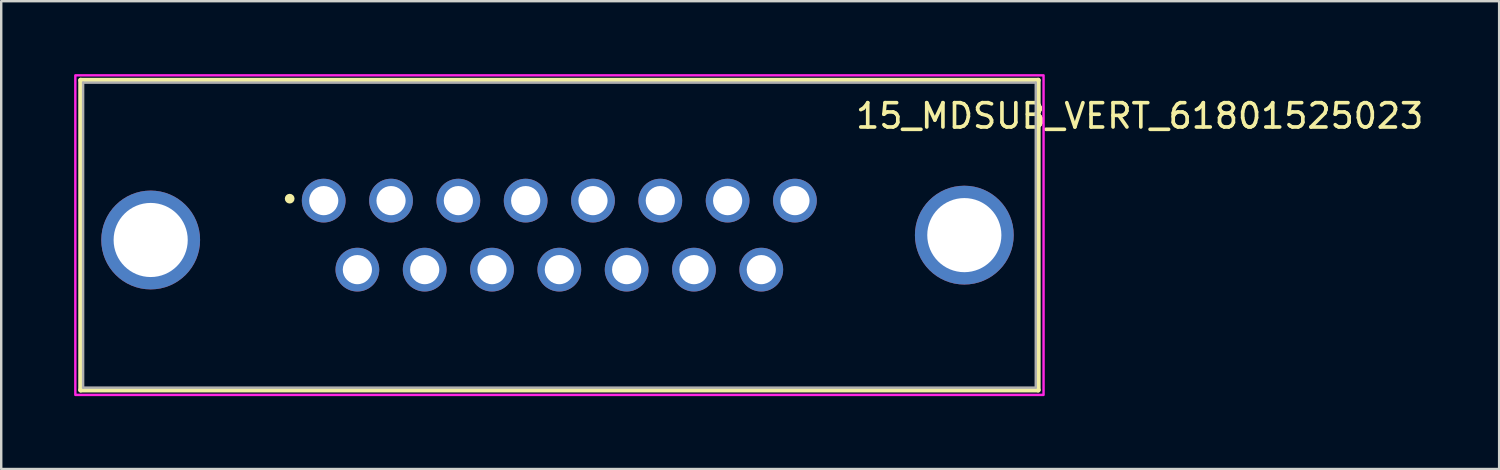
<source format=kicad_pcb>
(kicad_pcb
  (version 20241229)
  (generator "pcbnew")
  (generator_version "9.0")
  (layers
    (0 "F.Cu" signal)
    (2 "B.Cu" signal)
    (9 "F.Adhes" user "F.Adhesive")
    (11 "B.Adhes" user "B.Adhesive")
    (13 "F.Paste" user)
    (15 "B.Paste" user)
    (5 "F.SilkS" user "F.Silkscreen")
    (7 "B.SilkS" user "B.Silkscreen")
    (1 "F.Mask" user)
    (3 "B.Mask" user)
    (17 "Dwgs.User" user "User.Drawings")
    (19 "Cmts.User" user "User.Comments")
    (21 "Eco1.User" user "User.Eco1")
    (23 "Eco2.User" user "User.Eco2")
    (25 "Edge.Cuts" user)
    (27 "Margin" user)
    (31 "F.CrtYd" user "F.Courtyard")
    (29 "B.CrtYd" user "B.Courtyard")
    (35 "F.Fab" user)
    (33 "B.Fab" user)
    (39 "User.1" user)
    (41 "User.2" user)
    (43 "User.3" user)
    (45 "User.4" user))
  (footprint "15_MDSUB_VERT_61801525023"
    (layer "F.Cu")
    (at 19.97 6.625)
    (property "Reference" "15_MDSUB_VERT_61801525023" (at 23.875 -4.905 0) (layer "F.SilkS") (effects (font (size 1 1) (thickness 0.15))))
    (attr through_hole)
    (fp_line (start -19.7 -6.375) (end 19.7 -6.375) (stroke (width 0.2) (type solid)) (layer "F.SilkS"))
    (fp_line (start -19.7 6.375) (end -19.7 -6.375) (stroke (width 0.2) (type solid)) (layer "F.SilkS"))
    (fp_line (start 19.7 -6.375) (end 19.7 6.375) (stroke (width 0.2) (type solid)) (layer "F.SilkS"))
    (fp_line (start 19.7 6.375) (end -19.7 6.375) (stroke (width 0.2) (type solid)) (layer "F.SilkS"))
    (fp_circle (center -11.1 -1.5) (end -11 -1.5) (stroke (width 0.2) (type solid)) (fill no) (layer "F.SilkS"))
    (fp_poly (pts (xy -19.92 -6.575) (xy 19.92 -6.575) (xy 19.92 6.575) (xy -19.92 6.575)) (stroke (width 0.1) (type solid)) (fill no) (layer "F.CrtYd"))
    (fp_line (start -19.6 -6.275) (end 19.6 -6.275) (stroke (width 0.1) (type solid)) (layer "F.Fab"))
    (fp_line (start -19.6 6.275) (end -19.6 -6.275) (stroke (width 0.1) (type solid)) (layer "F.Fab"))
    (fp_line (start 19.6 -6.275) (end 19.6 6.275) (stroke (width 0.1) (type solid)) (layer "F.Fab"))
    (fp_line (start 19.6 6.275) (end -19.6 6.275) (stroke (width 0.1) (type solid)) (layer "F.Fab"))
    (pad "1" thru_hole circle (at -9.7 -1.42) (size 1.8 1.8) (drill 1.2) (layers "*.Cu" "*.Mask"))
    (pad "2" thru_hole circle (at -6.93 -1.42) (size 1.8 1.8) (drill 1.2) (layers "*.Cu" "*.Mask"))
    (pad "3" thru_hole circle (at -4.16 -1.42) (size 1.8 1.8) (drill 1.2) (layers "*.Cu" "*.Mask"))
    (pad "4" thru_hole circle (at -1.39 -1.42) (size 1.8 1.8) (drill 1.2) (layers "*.Cu" "*.Mask"))
    (pad "5" thru_hole circle (at 1.38 -1.42) (size 1.8 1.8) (drill 1.2) (layers "*.Cu" "*.Mask"))
    (pad "6" thru_hole circle (at 4.15 -1.42) (size 1.8 1.8) (drill 1.2) (layers "*.Cu" "*.Mask"))
    (pad "7" thru_hole circle (at 6.92 -1.42) (size 1.8 1.8) (drill 1.2) (layers "*.Cu" "*.Mask"))
    (pad "8" thru_hole circle (at 9.69 -1.42) (size 1.8 1.8) (drill 1.2) (layers "*.Cu" "*.Mask"))
    (pad "9" thru_hole circle (at -8.315 1.42) (size 1.8 1.8) (drill 1.2) (layers "*.Cu" "*.Mask"))
    (pad "10" thru_hole circle (at -5.545 1.42) (size 1.8 1.8) (drill 1.2) (layers "*.Cu" "*.Mask"))
    (pad "11" thru_hole circle (at -2.775 1.42) (size 1.8 1.8) (drill 1.2) (layers "*.Cu" "*.Mask"))
    (pad "12" thru_hole circle (at -0.005 1.42) (size 1.8 1.8) (drill 1.2) (layers "*.Cu" "*.Mask"))
    (pad "13" thru_hole circle (at 2.765 1.42) (size 1.8 1.8) (drill 1.2) (layers "*.Cu" "*.Mask"))
    (pad "14" thru_hole circle (at 5.535 1.42) (size 1.8 1.8) (drill 1.2) (layers "*.Cu" "*.Mask"))
    (pad "15" thru_hole circle (at 8.305 1.42) (size 1.8 1.8) (drill 1.2) (layers "*.Cu" "*.Mask"))
    (pad "S1" thru_hole circle (at -16.82 0.2) (size 4.066 4.066) (drill 3.05) (layers "*.Cu" "*.Mask"))
    (pad "S2" thru_hole circle (at 16.66 0) (size 4.066 4.066) (drill 3.05) (layers "*.Cu" "*.Mask")))
  (gr_rect
    (start -3 -3)
    (end 58.637 16.25)
    (stroke (width 0.1) (type default))
    (fill no)
    (layer "Edge.Cuts")))
</source>
